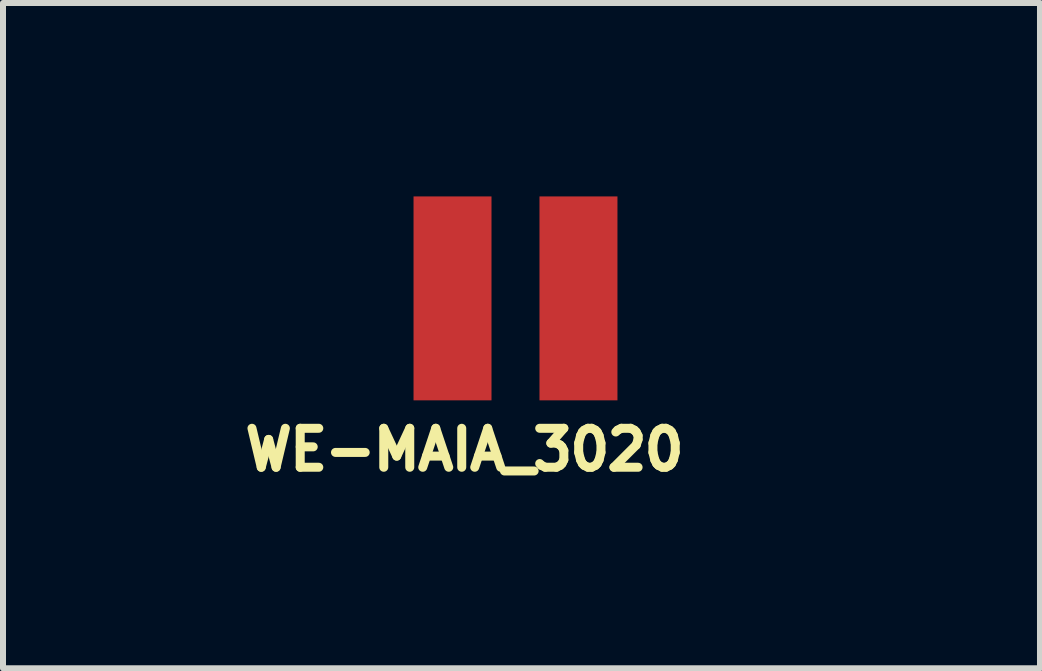
<source format=kicad_pcb>
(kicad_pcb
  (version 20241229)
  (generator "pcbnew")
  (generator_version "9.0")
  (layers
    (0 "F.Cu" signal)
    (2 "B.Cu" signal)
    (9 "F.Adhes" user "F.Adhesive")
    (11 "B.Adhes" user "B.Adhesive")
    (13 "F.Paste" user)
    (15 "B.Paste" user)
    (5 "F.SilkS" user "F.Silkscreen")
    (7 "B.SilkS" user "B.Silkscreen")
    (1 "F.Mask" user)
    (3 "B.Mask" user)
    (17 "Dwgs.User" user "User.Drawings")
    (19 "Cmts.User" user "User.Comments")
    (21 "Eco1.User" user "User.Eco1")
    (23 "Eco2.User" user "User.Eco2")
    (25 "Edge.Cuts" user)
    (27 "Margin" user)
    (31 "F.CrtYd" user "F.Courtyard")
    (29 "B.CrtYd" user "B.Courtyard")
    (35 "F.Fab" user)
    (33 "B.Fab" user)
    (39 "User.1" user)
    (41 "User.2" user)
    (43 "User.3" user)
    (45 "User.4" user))
  (footprint "WE-MAIA_3020"
    (layer "F.Cu")
    (at 5.545 1.925)
    (property "Reference" "WE-MAIA_3020" (at -0.85 2.523 0) (unlocked yes) (layer "F.SilkS") (effects (font (size 0.65 0.65) (thickness 0.15))))
    (fp_line (start -1.5 -1.5) (end 1.5 -1.5) (stroke (width 0.1) (type solid)) (layer "User.5"))
    (fp_line (start -1.5 1.5) (end -1.5 -1.5) (stroke (width 0.1) (type solid)) (layer "User.5"))
    (fp_line (start -1.5 1.5) (end 1.5 1.5) (stroke (width 0.1) (type solid)) (layer "User.5"))
    (fp_line (start 1.5 1.5) (end 1.5 -1.5) (stroke (width 0.1) (type solid)) (layer "User.5"))
    (fp_line (start -1.5 -1.5) (end 1.5 -1.5) (stroke (width 0.1) (type solid)) (layer "User.12"))
    (fp_line (start -1.5 1.5) (end -1.5 -1.5) (stroke (width 0.1) (type solid)) (layer "User.12"))
    (fp_line (start -1.5 1.5) (end 1.5 1.5) (stroke (width 0.1) (type solid)) (layer "User.12"))
    (fp_line (start 1.5 1.5) (end 1.5 -1.5) (stroke (width 0.1) (type solid)) (layer "User.12"))
    (fp_line (start -1.9 -1.9) (end 1.9 -1.9) (stroke (width 0.05) (type solid)) (layer "User.13"))
    (fp_line (start -1.9 1.9) (end -1.9 -1.9) (stroke (width 0.05) (type solid)) (layer "User.13"))
    (fp_line (start -1.9 1.9) (end 1.9 1.9) (stroke (width 0.05) (type solid)) (layer "User.13"))
    (fp_line (start -0.5 0) (end 0.5 0) (stroke (width 0.05) (type solid)) (layer "User.13"))
    (fp_line (start 0 0.5) (end 0 -0.5) (stroke (width 0.05) (type solid)) (layer "User.13"))
    (fp_line (start 1.9 1.9) (end 1.9 -1.9) (stroke (width 0.05) (type solid)) (layer "User.13"))
    (fp_text user "${REFERENCE}" (at 0.1 0.035 0) (unlocked yes) (layer "User.5") (effects (font (size 1 1) (thickness 0.1))))
    (pad "1" smd rect (at -1.05 0) (size 1.3 3.4) (layers "F.Cu" "F.Mask" "F.Paste"))
    (pad "2" smd rect (at 1.05 0) (size 1.3 3.4) (layers "F.Cu" "F.Mask" "F.Paste")))
  (gr_rect
    (start -3 -3)
    (end 14.29 8.092)
    (stroke (width 0.1) (type default))
    (fill no)
    (layer "Edge.Cuts")))
</source>
